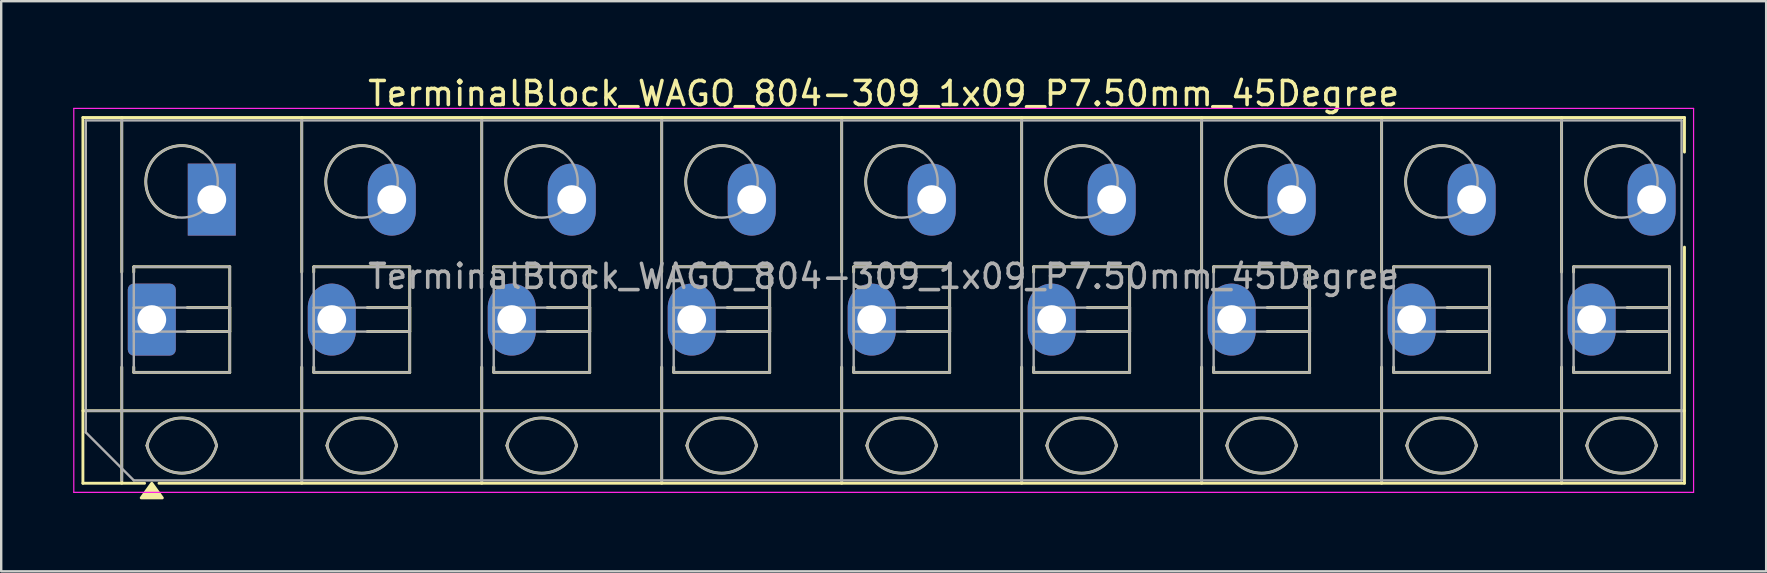
<source format=kicad_pcb>
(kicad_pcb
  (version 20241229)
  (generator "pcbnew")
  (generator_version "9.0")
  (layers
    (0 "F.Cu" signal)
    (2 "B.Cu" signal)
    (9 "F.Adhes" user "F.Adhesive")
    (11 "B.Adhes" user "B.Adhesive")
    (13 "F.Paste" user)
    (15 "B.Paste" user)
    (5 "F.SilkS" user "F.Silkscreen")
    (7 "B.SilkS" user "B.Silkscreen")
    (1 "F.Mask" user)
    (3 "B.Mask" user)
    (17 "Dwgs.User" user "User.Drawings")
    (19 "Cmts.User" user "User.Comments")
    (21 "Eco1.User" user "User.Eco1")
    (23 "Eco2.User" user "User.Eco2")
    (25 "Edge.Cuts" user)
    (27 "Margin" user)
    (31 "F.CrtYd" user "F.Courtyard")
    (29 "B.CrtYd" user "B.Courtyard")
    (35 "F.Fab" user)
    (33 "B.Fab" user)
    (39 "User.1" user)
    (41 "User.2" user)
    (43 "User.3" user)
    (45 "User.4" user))
  (footprint "TerminalBlock_WAGO_804-309_1x09_P7.50mm_45Degree"
    (layer "F.Cu")
    (at 3.275 10.268)
    (property "Reference" "TerminalBlock_WAGO_804-309_1x09_P7.50mm_45Degree" (at 30.5 -9.42 0) (layer "F.SilkS") (effects (font (size 1 1) (thickness 0.15))))
    (attr through_hole)
    (fp_line (start -2.87 -8.42) (end 63.87 -8.42) (stroke (width 0.12) (type solid)) (layer "F.SilkS"))
    (fp_line (start -2.87 3.8) (end 63.87 3.8) (stroke (width 0.12) (type solid)) (layer "F.SilkS"))
    (fp_line (start -2.87 6.82) (end -2.87 -8.42) (stroke (width 0.12) (type solid)) (layer "F.SilkS"))
    (fp_line (start -1.25 -8.42) (end -1.25 -1.98) (stroke (width 0.12) (type solid)) (layer "F.SilkS"))
    (fp_line (start -1.25 1.98) (end -1.25 6.82) (stroke (width 0.12) (type solid)) (layer "F.SilkS"))
    (fp_line (start -0.75 -2.2) (end 3.25 -2.2) (stroke (width 0.12) (type solid)) (layer "F.SilkS"))
    (fp_line (start -0.75 -1.98) (end -0.75 -2.2) (stroke (width 0.12) (type solid)) (layer "F.SilkS"))
    (fp_line (start -0.75 2.2) (end -0.75 1.98) (stroke (width 0.12) (type solid)) (layer "F.SilkS"))
    (fp_line (start -0.3 6.82) (end -2.87 6.82) (stroke (width 0.12) (type solid)) (layer "F.SilkS"))
    (fp_line (start 1.48 -0.5) (end 3.25 -0.5) (stroke (width 0.12) (type solid)) (layer "F.SilkS"))
    (fp_line (start 3.25 -2.2) (end 3.25 2.2) (stroke (width 0.12) (type solid)) (layer "F.SilkS"))
    (fp_line (start 3.25 -0.5) (end 3.25 0.5) (stroke (width 0.12) (type solid)) (layer "F.SilkS"))
    (fp_line (start 3.25 0.5) (end 1.48 0.5) (stroke (width 0.12) (type solid)) (layer "F.SilkS"))
    (fp_line (start 3.25 2.2) (end -0.75 2.2) (stroke (width 0.12) (type solid)) (layer "F.SilkS"))
    (fp_line (start 6.25 -8.42) (end 6.25 -1.98) (stroke (width 0.12) (type solid)) (layer "F.SilkS"))
    (fp_line (start 6.25 1.98) (end 6.25 6.82) (stroke (width 0.12) (type solid)) (layer "F.SilkS"))
    (fp_line (start 6.75 -2.2) (end 10.75 -2.2) (stroke (width 0.12) (type solid)) (layer "F.SilkS"))
    (fp_line (start 6.75 -1.98) (end 6.75 -2.2) (stroke (width 0.12) (type solid)) (layer "F.SilkS"))
    (fp_line (start 6.75 2.2) (end 6.75 1.98) (stroke (width 0.12) (type solid)) (layer "F.SilkS"))
    (fp_line (start 8.98 -0.5) (end 10.75 -0.5) (stroke (width 0.12) (type solid)) (layer "F.SilkS"))
    (fp_line (start 10.75 -2.2) (end 10.75 2.2) (stroke (width 0.12) (type solid)) (layer "F.SilkS"))
    (fp_line (start 10.75 -0.5) (end 10.75 0.5) (stroke (width 0.12) (type solid)) (layer "F.SilkS"))
    (fp_line (start 10.75 0.5) (end 8.98 0.5) (stroke (width 0.12) (type solid)) (layer "F.SilkS"))
    (fp_line (start 10.75 2.2) (end 6.75 2.2) (stroke (width 0.12) (type solid)) (layer "F.SilkS"))
    (fp_line (start 13.75 -8.42) (end 13.75 -1.98) (stroke (width 0.12) (type solid)) (layer "F.SilkS"))
    (fp_line (start 13.75 1.98) (end 13.75 6.82) (stroke (width 0.12) (type solid)) (layer "F.SilkS"))
    (fp_line (start 14.25 -2.2) (end 18.25 -2.2) (stroke (width 0.12) (type solid)) (layer "F.SilkS"))
    (fp_line (start 14.25 -1.98) (end 14.25 -2.2) (stroke (width 0.12) (type solid)) (layer "F.SilkS"))
    (fp_line (start 14.25 2.2) (end 14.25 1.98) (stroke (width 0.12) (type solid)) (layer "F.SilkS"))
    (fp_line (start 16.48 -0.5) (end 18.25 -0.5) (stroke (width 0.12) (type solid)) (layer "F.SilkS"))
    (fp_line (start 18.25 -2.2) (end 18.25 2.2) (stroke (width 0.12) (type solid)) (layer "F.SilkS"))
    (fp_line (start 18.25 -0.5) (end 18.25 0.5) (stroke (width 0.12) (type solid)) (layer "F.SilkS"))
    (fp_line (start 18.25 0.5) (end 16.48 0.5) (stroke (width 0.12) (type solid)) (layer "F.SilkS"))
    (fp_line (start 18.25 2.2) (end 14.25 2.2) (stroke (width 0.12) (type solid)) (layer "F.SilkS"))
    (fp_line (start 21.25 -8.42) (end 21.25 -1.98) (stroke (width 0.12) (type solid)) (layer "F.SilkS"))
    (fp_line (start 21.25 1.98) (end 21.25 6.82) (stroke (width 0.12) (type solid)) (layer "F.SilkS"))
    (fp_line (start 21.75 -2.2) (end 25.75 -2.2) (stroke (width 0.12) (type solid)) (layer "F.SilkS"))
    (fp_line (start 21.75 -1.98) (end 21.75 -2.2) (stroke (width 0.12) (type solid)) (layer "F.SilkS"))
    (fp_line (start 21.75 2.2) (end 21.75 1.98) (stroke (width 0.12) (type solid)) (layer "F.SilkS"))
    (fp_line (start 23.98 -0.5) (end 25.75 -0.5) (stroke (width 0.12) (type solid)) (layer "F.SilkS"))
    (fp_line (start 25.75 -2.2) (end 25.75 2.2) (stroke (width 0.12) (type solid)) (layer "F.SilkS"))
    (fp_line (start 25.75 -0.5) (end 25.75 0.5) (stroke (width 0.12) (type solid)) (layer "F.SilkS"))
    (fp_line (start 25.75 0.5) (end 23.98 0.5) (stroke (width 0.12) (type solid)) (layer "F.SilkS"))
    (fp_line (start 25.75 2.2) (end 21.75 2.2) (stroke (width 0.12) (type solid)) (layer "F.SilkS"))
    (fp_line (start 28.75 -8.42) (end 28.75 -1.98) (stroke (width 0.12) (type solid)) (layer "F.SilkS"))
    (fp_line (start 28.75 1.98) (end 28.75 6.82) (stroke (width 0.12) (type solid)) (layer "F.SilkS"))
    (fp_line (start 29.25 -2.2) (end 33.25 -2.2) (stroke (width 0.12) (type solid)) (layer "F.SilkS"))
    (fp_line (start 29.25 -1.98) (end 29.25 -2.2) (stroke (width 0.12) (type solid)) (layer "F.SilkS"))
    (fp_line (start 29.25 2.2) (end 29.25 1.98) (stroke (width 0.12) (type solid)) (layer "F.SilkS"))
    (fp_line (start 31.48 -0.5) (end 33.25 -0.5) (stroke (width 0.12) (type solid)) (layer "F.SilkS"))
    (fp_line (start 33.25 -2.2) (end 33.25 2.2) (stroke (width 0.12) (type solid)) (layer "F.SilkS"))
    (fp_line (start 33.25 -0.5) (end 33.25 0.5) (stroke (width 0.12) (type solid)) (layer "F.SilkS"))
    (fp_line (start 33.25 0.5) (end 31.48 0.5) (stroke (width 0.12) (type solid)) (layer "F.SilkS"))
    (fp_line (start 33.25 2.2) (end 29.25 2.2) (stroke (width 0.12) (type solid)) (layer "F.SilkS"))
    (fp_line (start 36.25 -8.42) (end 36.25 -1.98) (stroke (width 0.12) (type solid)) (layer "F.SilkS"))
    (fp_line (start 36.25 1.98) (end 36.25 6.82) (stroke (width 0.12) (type solid)) (layer "F.SilkS"))
    (fp_line (start 36.75 -2.2) (end 40.75 -2.2) (stroke (width 0.12) (type solid)) (layer "F.SilkS"))
    (fp_line (start 36.75 -1.98) (end 36.75 -2.2) (stroke (width 0.12) (type solid)) (layer "F.SilkS"))
    (fp_line (start 36.75 2.2) (end 36.75 1.98) (stroke (width 0.12) (type solid)) (layer "F.SilkS"))
    (fp_line (start 38.98 -0.5) (end 40.75 -0.5) (stroke (width 0.12) (type solid)) (layer "F.SilkS"))
    (fp_line (start 40.75 -2.2) (end 40.75 2.2) (stroke (width 0.12) (type solid)) (layer "F.SilkS"))
    (fp_line (start 40.75 -0.5) (end 40.75 0.5) (stroke (width 0.12) (type solid)) (layer "F.SilkS"))
    (fp_line (start 40.75 0.5) (end 38.98 0.5) (stroke (width 0.12) (type solid)) (layer "F.SilkS"))
    (fp_line (start 40.75 2.2) (end 36.75 2.2) (stroke (width 0.12) (type solid)) (layer "F.SilkS"))
    (fp_line (start 43.75 -8.42) (end 43.75 -1.98) (stroke (width 0.12) (type solid)) (layer "F.SilkS"))
    (fp_line (start 43.75 1.98) (end 43.75 6.82) (stroke (width 0.12) (type solid)) (layer "F.SilkS"))
    (fp_line (start 44.25 -2.2) (end 48.25 -2.2) (stroke (width 0.12) (type solid)) (layer "F.SilkS"))
    (fp_line (start 44.25 -1.98) (end 44.25 -2.2) (stroke (width 0.12) (type solid)) (layer "F.SilkS"))
    (fp_line (start 44.25 2.2) (end 44.25 1.98) (stroke (width 0.12) (type solid)) (layer "F.SilkS"))
    (fp_line (start 46.48 -0.5) (end 48.25 -0.5) (stroke (width 0.12) (type solid)) (layer "F.SilkS"))
    (fp_line (start 48.25 -2.2) (end 48.25 2.2) (stroke (width 0.12) (type solid)) (layer "F.SilkS"))
    (fp_line (start 48.25 -0.5) (end 48.25 0.5) (stroke (width 0.12) (type solid)) (layer "F.SilkS"))
    (fp_line (start 48.25 0.5) (end 46.48 0.5) (stroke (width 0.12) (type solid)) (layer "F.SilkS"))
    (fp_line (start 48.25 2.2) (end 44.25 2.2) (stroke (width 0.12) (type solid)) (layer "F.SilkS"))
    (fp_line (start 51.25 -8.42) (end 51.25 -1.98) (stroke (width 0.12) (type solid)) (layer "F.SilkS"))
    (fp_line (start 51.25 1.98) (end 51.25 6.82) (stroke (width 0.12) (type solid)) (layer "F.SilkS"))
    (fp_line (start 51.75 -2.2) (end 55.75 -2.2) (stroke (width 0.12) (type solid)) (layer "F.SilkS"))
    (fp_line (start 51.75 -1.98) (end 51.75 -2.2) (stroke (width 0.12) (type solid)) (layer "F.SilkS"))
    (fp_line (start 51.75 2.2) (end 51.75 1.98) (stroke (width 0.12) (type solid)) (layer "F.SilkS"))
    (fp_line (start 53.98 -0.5) (end 55.75 -0.5) (stroke (width 0.12) (type solid)) (layer "F.SilkS"))
    (fp_line (start 55.75 -2.2) (end 55.75 2.2) (stroke (width 0.12) (type solid)) (layer "F.SilkS"))
    (fp_line (start 55.75 -0.5) (end 55.75 0.5) (stroke (width 0.12) (type solid)) (layer "F.SilkS"))
    (fp_line (start 55.75 0.5) (end 53.98 0.5) (stroke (width 0.12) (type solid)) (layer "F.SilkS"))
    (fp_line (start 55.75 2.2) (end 51.75 2.2) (stroke (width 0.12) (type solid)) (layer "F.SilkS"))
    (fp_line (start 58.75 -8.42) (end 58.75 -1.98) (stroke (width 0.12) (type solid)) (layer "F.SilkS"))
    (fp_line (start 58.75 1.98) (end 58.75 6.82) (stroke (width 0.12) (type solid)) (layer "F.SilkS"))
    (fp_line (start 59.25 -2.2) (end 63.25 -2.2) (stroke (width 0.12) (type solid)) (layer "F.SilkS"))
    (fp_line (start 59.25 -1.98) (end 59.25 -2.2) (stroke (width 0.12) (type solid)) (layer "F.SilkS"))
    (fp_line (start 59.25 2.2) (end 59.25 1.98) (stroke (width 0.12) (type solid)) (layer "F.SilkS"))
    (fp_line (start 61.48 -0.5) (end 63.25 -0.5) (stroke (width 0.12) (type solid)) (layer "F.SilkS"))
    (fp_line (start 63.25 -2.2) (end 63.25 2.2) (stroke (width 0.12) (type solid)) (layer "F.SilkS"))
    (fp_line (start 63.25 -0.5) (end 63.25 0.5) (stroke (width 0.12) (type solid)) (layer "F.SilkS"))
    (fp_line (start 63.25 0.5) (end 61.48 0.5) (stroke (width 0.12) (type solid)) (layer "F.SilkS"))
    (fp_line (start 63.25 2.2) (end 59.25 2.2) (stroke (width 0.12) (type solid)) (layer "F.SilkS"))
    (fp_line (start 63.87 -8.42) (end 63.87 -6.98) (stroke (width 0.12) (type solid)) (layer "F.SilkS"))
    (fp_line (start 63.87 -3.02) (end 63.87 6.82) (stroke (width 0.12) (type solid)) (layer "F.SilkS"))
    (fp_line (start 63.87 6.82) (end 0.3 6.82) (stroke (width 0.12) (type solid)) (layer "F.SilkS"))
    (fp_arc (start -0.2 5.25) (mid 1.25 4.1) (end 2.7 5.25) (stroke (width 0.12) (type solid)) (layer "F.SilkS"))
    (fp_arc (start 1.02 -4.268) (mid -0.141916 -6.309209) (end 2.109 -6.98) (stroke (width 0.12) (type solid)) (layer "F.SilkS"))
    (fp_arc (start 2.7 5.25) (mid 1.25 6.4) (end -0.2 5.25) (stroke (width 0.12) (type solid)) (layer "F.SilkS"))
    (fp_arc (start 7.3 5.25) (mid 8.75 4.1) (end 10.2 5.25) (stroke (width 0.12) (type solid)) (layer "F.SilkS"))
    (fp_arc (start 8.52 -4.268) (mid 7.358084 -6.309209) (end 9.609 -6.98) (stroke (width 0.12) (type solid)) (layer "F.SilkS"))
    (fp_arc (start 10.2 5.25) (mid 8.75 6.4) (end 7.3 5.25) (stroke (width 0.12) (type solid)) (layer "F.SilkS"))
    (fp_arc (start 14.8 5.25) (mid 16.25 4.1) (end 17.7 5.25) (stroke (width 0.12) (type solid)) (layer "F.SilkS"))
    (fp_arc (start 16.02 -4.268) (mid 14.858084 -6.309209) (end 17.109 -6.98) (stroke (width 0.12) (type solid)) (layer "F.SilkS"))
    (fp_arc (start 17.7 5.25) (mid 16.25 6.4) (end 14.8 5.25) (stroke (width 0.12) (type solid)) (layer "F.SilkS"))
    (fp_arc (start 22.3 5.25) (mid 23.75 4.1) (end 25.2 5.25) (stroke (width 0.12) (type solid)) (layer "F.SilkS"))
    (fp_arc (start 23.52 -4.268) (mid 22.358084 -6.309209) (end 24.609 -6.98) (stroke (width 0.12) (type solid)) (layer "F.SilkS"))
    (fp_arc (start 25.2 5.25) (mid 23.75 6.4) (end 22.3 5.25) (stroke (width 0.12) (type solid)) (layer "F.SilkS"))
    (fp_arc (start 29.8 5.25) (mid 31.25 4.1) (end 32.7 5.25) (stroke (width 0.12) (type solid)) (layer "F.SilkS"))
    (fp_arc (start 31.02 -4.268) (mid 29.858084 -6.309209) (end 32.109 -6.98) (stroke (width 0.12) (type solid)) (layer "F.SilkS"))
    (fp_arc (start 32.7 5.25) (mid 31.25 6.4) (end 29.8 5.25) (stroke (width 0.12) (type solid)) (layer "F.SilkS"))
    (fp_arc (start 37.3 5.25) (mid 38.75 4.1) (end 40.2 5.25) (stroke (width 0.12) (type solid)) (layer "F.SilkS"))
    (fp_arc (start 38.52 -4.268) (mid 37.358084 -6.309209) (end 39.609 -6.98) (stroke (width 0.12) (type solid)) (layer "F.SilkS"))
    (fp_arc (start 40.2 5.25) (mid 38.75 6.4) (end 37.3 5.25) (stroke (width 0.12) (type solid)) (layer "F.SilkS"))
    (fp_arc (start 44.8 5.25) (mid 46.25 4.1) (end 47.7 5.25) (stroke (width 0.12) (type solid)) (layer "F.SilkS"))
    (fp_arc (start 46.02 -4.268) (mid 44.858084 -6.309209) (end 47.109 -6.98) (stroke (width 0.12) (type solid)) (layer "F.SilkS"))
    (fp_arc (start 47.7 5.25) (mid 46.25 6.4) (end 44.8 5.25) (stroke (width 0.12) (type solid)) (layer "F.SilkS"))
    (fp_arc (start 52.3 5.25) (mid 53.75 4.1) (end 55.2 5.25) (stroke (width 0.12) (type solid)) (layer "F.SilkS"))
    (fp_arc (start 53.52 -4.268) (mid 52.358084 -6.309209) (end 54.609 -6.98) (stroke (width 0.12) (type solid)) (layer "F.SilkS"))
    (fp_arc (start 55.2 5.25) (mid 53.75 6.4) (end 52.3 5.25) (stroke (width 0.12) (type solid)) (layer "F.SilkS"))
    (fp_arc (start 59.8 5.25) (mid 61.25 4.1) (end 62.7 5.25) (stroke (width 0.12) (type solid)) (layer "F.SilkS"))
    (fp_arc (start 61.02 -4.268) (mid 59.858084 -6.309209) (end 62.109 -6.98) (stroke (width 0.12) (type solid)) (layer "F.SilkS"))
    (fp_arc (start 62.7 5.25) (mid 61.25 6.4) (end 59.8 5.25) (stroke (width 0.12) (type solid)) (layer "F.SilkS"))
    (fp_poly (pts (xy 0 6.82) (xy 0.44 7.43) (xy -0.44 7.43)) (stroke (width 0.12) (type solid)) (fill yes) (layer "F.SilkS"))
    (fp_line (start -3.25 -8.8) (end -3.25 7.2) (stroke (width 0.05) (type solid)) (layer "F.CrtYd"))
    (fp_line (start -3.25 7.2) (end 64.25 7.2) (stroke (width 0.05) (type solid)) (layer "F.CrtYd"))
    (fp_line (start 64.25 -8.8) (end -3.25 -8.8) (stroke (width 0.05) (type solid)) (layer "F.CrtYd"))
    (fp_line (start 64.25 7.2) (end 64.25 -8.8) (stroke (width 0.05) (type solid)) (layer "F.CrtYd"))
    (fp_line (start -2.75 -8.3) (end 63.75 -8.3) (stroke (width 0.1) (type solid)) (layer "F.Fab"))
    (fp_line (start -2.75 3.8) (end 63.75 3.8) (stroke (width 0.1) (type solid)) (layer "F.Fab"))
    (fp_line (start -2.75 4.7) (end -2.75 -8.3) (stroke (width 0.1) (type solid)) (layer "F.Fab"))
    (fp_line (start -1.25 -8.3) (end -1.25 6.7) (stroke (width 0.1) (type solid)) (layer "F.Fab"))
    (fp_line (start -0.75 -2.2) (end -0.75 2.2) (stroke (width 0.1) (type solid)) (layer "F.Fab"))
    (fp_line (start -0.75 -0.5) (end -0.75 0.5) (stroke (width 0.1) (type solid)) (layer "F.Fab"))
    (fp_line (start -0.75 0.5) (end 3.25 0.5) (stroke (width 0.1) (type solid)) (layer "F.Fab"))
    (fp_line (start -0.75 2.2) (end 3.25 2.2) (stroke (width 0.1) (type solid)) (layer "F.Fab"))
    (fp_line (start -0.75 6.7) (end -2.75 4.7) (stroke (width 0.1) (type solid)) (layer "F.Fab"))
    (fp_line (start 3.25 -2.2) (end -0.75 -2.2) (stroke (width 0.1) (type solid)) (layer "F.Fab"))
    (fp_line (start 3.25 -0.5) (end -0.75 -0.5) (stroke (width 0.1) (type solid)) (layer "F.Fab"))
    (fp_line (start 3.25 0.5) (end 3.25 -0.5) (stroke (width 0.1) (type solid)) (layer "F.Fab"))
    (fp_line (start 3.25 2.2) (end 3.25 -2.2) (stroke (width 0.1) (type solid)) (layer "F.Fab"))
    (fp_line (start 6.25 -8.3) (end 6.25 6.7) (stroke (width 0.1) (type solid)) (layer "F.Fab"))
    (fp_line (start 6.75 -2.2) (end 6.75 2.2) (stroke (width 0.1) (type solid)) (layer "F.Fab"))
    (fp_line (start 6.75 -0.5) (end 6.75 0.5) (stroke (width 0.1) (type solid)) (layer "F.Fab"))
    (fp_line (start 6.75 0.5) (end 10.75 0.5) (stroke (width 0.1) (type solid)) (layer "F.Fab"))
    (fp_line (start 6.75 2.2) (end 10.75 2.2) (stroke (width 0.1) (type solid)) (layer "F.Fab"))
    (fp_line (start 10.75 -2.2) (end 6.75 -2.2) (stroke (width 0.1) (type solid)) (layer "F.Fab"))
    (fp_line (start 10.75 -0.5) (end 6.75 -0.5) (stroke (width 0.1) (type solid)) (layer "F.Fab"))
    (fp_line (start 10.75 0.5) (end 10.75 -0.5) (stroke (width 0.1) (type solid)) (layer "F.Fab"))
    (fp_line (start 10.75 2.2) (end 10.75 -2.2) (stroke (width 0.1) (type solid)) (layer "F.Fab"))
    (fp_line (start 13.75 -8.3) (end 13.75 6.7) (stroke (width 0.1) (type solid)) (layer "F.Fab"))
    (fp_line (start 14.25 -2.2) (end 14.25 2.2) (stroke (width 0.1) (type solid)) (layer "F.Fab"))
    (fp_line (start 14.25 -0.5) (end 14.25 0.5) (stroke (width 0.1) (type solid)) (layer "F.Fab"))
    (fp_line (start 14.25 0.5) (end 18.25 0.5) (stroke (width 0.1) (type solid)) (layer "F.Fab"))
    (fp_line (start 14.25 2.2) (end 18.25 2.2) (stroke (width 0.1) (type solid)) (layer "F.Fab"))
    (fp_line (start 18.25 -2.2) (end 14.25 -2.2) (stroke (width 0.1) (type solid)) (layer "F.Fab"))
    (fp_line (start 18.25 -0.5) (end 14.25 -0.5) (stroke (width 0.1) (type solid)) (layer "F.Fab"))
    (fp_line (start 18.25 0.5) (end 18.25 -0.5) (stroke (width 0.1) (type solid)) (layer "F.Fab"))
    (fp_line (start 18.25 2.2) (end 18.25 -2.2) (stroke (width 0.1) (type solid)) (layer "F.Fab"))
    (fp_line (start 21.25 -8.3) (end 21.25 6.7) (stroke (width 0.1) (type solid)) (layer "F.Fab"))
    (fp_line (start 21.75 -2.2) (end 21.75 2.2) (stroke (width 0.1) (type solid)) (layer "F.Fab"))
    (fp_line (start 21.75 -0.5) (end 21.75 0.5) (stroke (width 0.1) (type solid)) (layer "F.Fab"))
    (fp_line (start 21.75 0.5) (end 25.75 0.5) (stroke (width 0.1) (type solid)) (layer "F.Fab"))
    (fp_line (start 21.75 2.2) (end 25.75 2.2) (stroke (width 0.1) (type solid)) (layer "F.Fab"))
    (fp_line (start 25.75 -2.2) (end 21.75 -2.2) (stroke (width 0.1) (type solid)) (layer "F.Fab"))
    (fp_line (start 25.75 -0.5) (end 21.75 -0.5) (stroke (width 0.1) (type solid)) (layer "F.Fab"))
    (fp_line (start 25.75 0.5) (end 25.75 -0.5) (stroke (width 0.1) (type solid)) (layer "F.Fab"))
    (fp_line (start 25.75 2.2) (end 25.75 -2.2) (stroke (width 0.1) (type solid)) (layer "F.Fab"))
    (fp_line (start 28.75 -8.3) (end 28.75 6.7) (stroke (width 0.1) (type solid)) (layer "F.Fab"))
    (fp_line (start 29.25 -2.2) (end 29.25 2.2) (stroke (width 0.1) (type solid)) (layer "F.Fab"))
    (fp_line (start 29.25 -0.5) (end 29.25 0.5) (stroke (width 0.1) (type solid)) (layer "F.Fab"))
    (fp_line (start 29.25 0.5) (end 33.25 0.5) (stroke (width 0.1) (type solid)) (layer "F.Fab"))
    (fp_line (start 29.25 2.2) (end 33.25 2.2) (stroke (width 0.1) (type solid)) (layer "F.Fab"))
    (fp_line (start 33.25 -2.2) (end 29.25 -2.2) (stroke (width 0.1) (type solid)) (layer "F.Fab"))
    (fp_line (start 33.25 -0.5) (end 29.25 -0.5) (stroke (width 0.1) (type solid)) (layer "F.Fab"))
    (fp_line (start 33.25 0.5) (end 33.25 -0.5) (stroke (width 0.1) (type solid)) (layer "F.Fab"))
    (fp_line (start 33.25 2.2) (end 33.25 -2.2) (stroke (width 0.1) (type solid)) (layer "F.Fab"))
    (fp_line (start 36.25 -8.3) (end 36.25 6.7) (stroke (width 0.1) (type solid)) (layer "F.Fab"))
    (fp_line (start 36.75 -2.2) (end 36.75 2.2) (stroke (width 0.1) (type solid)) (layer "F.Fab"))
    (fp_line (start 36.75 -0.5) (end 36.75 0.5) (stroke (width 0.1) (type solid)) (layer "F.Fab"))
    (fp_line (start 36.75 0.5) (end 40.75 0.5) (stroke (width 0.1) (type solid)) (layer "F.Fab"))
    (fp_line (start 36.75 2.2) (end 40.75 2.2) (stroke (width 0.1) (type solid)) (layer "F.Fab"))
    (fp_line (start 40.75 -2.2) (end 36.75 -2.2) (stroke (width 0.1) (type solid)) (layer "F.Fab"))
    (fp_line (start 40.75 -0.5) (end 36.75 -0.5) (stroke (width 0.1) (type solid)) (layer "F.Fab"))
    (fp_line (start 40.75 0.5) (end 40.75 -0.5) (stroke (width 0.1) (type solid)) (layer "F.Fab"))
    (fp_line (start 40.75 2.2) (end 40.75 -2.2) (stroke (width 0.1) (type solid)) (layer "F.Fab"))
    (fp_line (start 43.75 -8.3) (end 43.75 6.7) (stroke (width 0.1) (type solid)) (layer "F.Fab"))
    (fp_line (start 44.25 -2.2) (end 44.25 2.2) (stroke (width 0.1) (type solid)) (layer "F.Fab"))
    (fp_line (start 44.25 -0.5) (end 44.25 0.5) (stroke (width 0.1) (type solid)) (layer "F.Fab"))
    (fp_line (start 44.25 0.5) (end 48.25 0.5) (stroke (width 0.1) (type solid)) (layer "F.Fab"))
    (fp_line (start 44.25 2.2) (end 48.25 2.2) (stroke (width 0.1) (type solid)) (layer "F.Fab"))
    (fp_line (start 48.25 -2.2) (end 44.25 -2.2) (stroke (width 0.1) (type solid)) (layer "F.Fab"))
    (fp_line (start 48.25 -0.5) (end 44.25 -0.5) (stroke (width 0.1) (type solid)) (layer "F.Fab"))
    (fp_line (start 48.25 0.5) (end 48.25 -0.5) (stroke (width 0.1) (type solid)) (layer "F.Fab"))
    (fp_line (start 48.25 2.2) (end 48.25 -2.2) (stroke (width 0.1) (type solid)) (layer "F.Fab"))
    (fp_line (start 51.25 -8.3) (end 51.25 6.7) (stroke (width 0.1) (type solid)) (layer "F.Fab"))
    (fp_line (start 51.75 -2.2) (end 51.75 2.2) (stroke (width 0.1) (type solid)) (layer "F.Fab"))
    (fp_line (start 51.75 -0.5) (end 51.75 0.5) (stroke (width 0.1) (type solid)) (layer "F.Fab"))
    (fp_line (start 51.75 0.5) (end 55.75 0.5) (stroke (width 0.1) (type solid)) (layer "F.Fab"))
    (fp_line (start 51.75 2.2) (end 55.75 2.2) (stroke (width 0.1) (type solid)) (layer "F.Fab"))
    (fp_line (start 55.75 -2.2) (end 51.75 -2.2) (stroke (width 0.1) (type solid)) (layer "F.Fab"))
    (fp_line (start 55.75 -0.5) (end 51.75 -0.5) (stroke (width 0.1) (type solid)) (layer "F.Fab"))
    (fp_line (start 55.75 0.5) (end 55.75 -0.5) (stroke (width 0.1) (type solid)) (layer "F.Fab"))
    (fp_line (start 55.75 2.2) (end 55.75 -2.2) (stroke (width 0.1) (type solid)) (layer "F.Fab"))
    (fp_line (start 58.75 -8.3) (end 58.75 6.7) (stroke (width 0.1) (type solid)) (layer "F.Fab"))
    (fp_line (start 59.25 -2.2) (end 59.25 2.2) (stroke (width 0.1) (type solid)) (layer "F.Fab"))
    (fp_line (start 59.25 -0.5) (end 59.25 0.5) (stroke (width 0.1) (type solid)) (layer "F.Fab"))
    (fp_line (start 59.25 0.5) (end 63.25 0.5) (stroke (width 0.1) (type solid)) (layer "F.Fab"))
    (fp_line (start 59.25 2.2) (end 63.25 2.2) (stroke (width 0.1) (type solid)) (layer "F.Fab"))
    (fp_line (start 63.25 -2.2) (end 59.25 -2.2) (stroke (width 0.1) (type solid)) (layer "F.Fab"))
    (fp_line (start 63.25 -0.5) (end 59.25 -0.5) (stroke (width 0.1) (type solid)) (layer "F.Fab"))
    (fp_line (start 63.25 0.5) (end 63.25 -0.5) (stroke (width 0.1) (type solid)) (layer "F.Fab"))
    (fp_line (start 63.25 2.2) (end 63.25 -2.2) (stroke (width 0.1) (type solid)) (layer "F.Fab"))
    (fp_line (start 63.75 -8.3) (end 63.75 6.7) (stroke (width 0.1) (type solid)) (layer "F.Fab"))
    (fp_line (start 63.75 6.7) (end -0.75 6.7) (stroke (width 0.1) (type solid)) (layer "F.Fab"))
    (fp_arc (start -0.2 5.25) (mid 1.25 4.1) (end 2.7 5.25) (stroke (width 0.1) (type solid)) (layer "F.Fab"))
    (fp_arc (start 2.7 5.25) (mid 1.25 6.4) (end -0.2 5.25) (stroke (width 0.1) (type solid)) (layer "F.Fab"))
    (fp_arc (start 7.3 5.25) (mid 8.75 4.1) (end 10.2 5.25) (stroke (width 0.1) (type solid)) (layer "F.Fab"))
    (fp_arc (start 10.2 5.25) (mid 8.75 6.4) (end 7.3 5.25) (stroke (width 0.1) (type solid)) (layer "F.Fab"))
    (fp_arc (start 14.8 5.25) (mid 16.25 4.1) (end 17.7 5.25) (stroke (width 0.1) (type solid)) (layer "F.Fab"))
    (fp_arc (start 17.7 5.25) (mid 16.25 6.4) (end 14.8 5.25) (stroke (width 0.1) (type solid)) (layer "F.Fab"))
    (fp_arc (start 22.3 5.25) (mid 23.75 4.1) (end 25.2 5.25) (stroke (width 0.1) (type solid)) (layer "F.Fab"))
    (fp_arc (start 25.2 5.25) (mid 23.75 6.4) (end 22.3 5.25) (stroke (width 0.1) (type solid)) (layer "F.Fab"))
    (fp_arc (start 29.8 5.25) (mid 31.25 4.1) (end 32.7 5.25) (stroke (width 0.1) (type solid)) (layer "F.Fab"))
    (fp_arc (start 32.7 5.25) (mid 31.25 6.4) (end 29.8 5.25) (stroke (width 0.1) (type solid)) (layer "F.Fab"))
    (fp_arc (start 37.3 5.25) (mid 38.75 4.1) (end 40.2 5.25) (stroke (width 0.1) (type solid)) (layer "F.Fab"))
    (fp_arc (start 40.2 5.25) (mid 38.75 6.4) (end 37.3 5.25) (stroke (width 0.1) (type solid)) (layer "F.Fab"))
    (fp_arc (start 44.8 5.25) (mid 46.25 4.1) (end 47.7 5.25) (stroke (width 0.1) (type solid)) (layer "F.Fab"))
    (fp_arc (start 47.7 5.25) (mid 46.25 6.4) (end 44.8 5.25) (stroke (width 0.1) (type solid)) (layer "F.Fab"))
    (fp_arc (start 52.3 5.25) (mid 53.75 4.1) (end 55.2 5.25) (stroke (width 0.1) (type solid)) (layer "F.Fab"))
    (fp_arc (start 55.2 5.25) (mid 53.75 6.4) (end 52.3 5.25) (stroke (width 0.1) (type solid)) (layer "F.Fab"))
    (fp_arc (start 59.8 5.25) (mid 61.25 4.1) (end 62.7 5.25) (stroke (width 0.1) (type solid)) (layer "F.Fab"))
    (fp_arc (start 62.7 5.25) (mid 61.25 6.4) (end 59.8 5.25) (stroke (width 0.1) (type solid)) (layer "F.Fab"))
    (fp_circle (center 1.25 -5.75) (end 2.75 -5.75) (stroke (width 0.1) (type solid)) (fill no) (layer "F.Fab"))
    (fp_circle (center 8.75 -5.75) (end 10.25 -5.75) (stroke (width 0.1) (type solid)) (fill no) (layer "F.Fab"))
    (fp_circle (center 16.25 -5.75) (end 17.75 -5.75) (stroke (width 0.1) (type solid)) (fill no) (layer "F.Fab"))
    (fp_circle (center 23.75 -5.75) (end 25.25 -5.75) (stroke (width 0.1) (type solid)) (fill no) (layer "F.Fab"))
    (fp_circle (center 31.25 -5.75) (end 32.75 -5.75) (stroke (width 0.1) (type solid)) (fill no) (layer "F.Fab"))
    (fp_circle (center 38.75 -5.75) (end 40.25 -5.75) (stroke (width 0.1) (type solid)) (fill no) (layer "F.Fab"))
    (fp_circle (center 46.25 -5.75) (end 47.75 -5.75) (stroke (width 0.1) (type solid)) (fill no) (layer "F.Fab"))
    (fp_circle (center 53.75 -5.75) (end 55.25 -5.75) (stroke (width 0.1) (type solid)) (fill no) (layer "F.Fab"))
    (fp_circle (center 61.25 -5.75) (end 62.75 -5.75) (stroke (width 0.1) (type solid)) (fill no) (layer "F.Fab"))
    (fp_text user "${REFERENCE}" (at 30.5 -1.8 0) (layer "F.Fab") (effects (font (size 1 1) (thickness 0.15))))
    (pad "1" thru_hole roundrect (at 0 0) (size 2 3) (drill 1.2) (layers "*.Cu" "*.Mask") (roundrect_rratio 0.125))
    (pad "1" thru_hole rect (at 2.5 -5) (size 2 3) (drill 1.2) (layers "*.Cu" "*.Mask"))
    (pad "2" thru_hole oval (at 7.5 0) (size 2 3) (drill 1.2) (layers "*.Cu" "*.Mask"))
    (pad "2" thru_hole oval (at 10 -5) (size 2 3) (drill 1.2) (layers "*.Cu" "*.Mask"))
    (pad "3" thru_hole oval (at 15 0) (size 2 3) (drill 1.2) (layers "*.Cu" "*.Mask"))
    (pad "3" thru_hole oval (at 17.5 -5) (size 2 3) (drill 1.2) (layers "*.Cu" "*.Mask"))
    (pad "4" thru_hole oval (at 22.5 0) (size 2 3) (drill 1.2) (layers "*.Cu" "*.Mask"))
    (pad "4" thru_hole oval (at 25 -5) (size 2 3) (drill 1.2) (layers "*.Cu" "*.Mask"))
    (pad "5" thru_hole oval (at 30 0) (size 2 3) (drill 1.2) (layers "*.Cu" "*.Mask"))
    (pad "5" thru_hole oval (at 32.5 -5) (size 2 3) (drill 1.2) (layers "*.Cu" "*.Mask"))
    (pad "6" thru_hole oval (at 37.5 0) (size 2 3) (drill 1.2) (layers "*.Cu" "*.Mask"))
    (pad "6" thru_hole oval (at 40 -5) (size 2 3) (drill 1.2) (layers "*.Cu" "*.Mask"))
    (pad "7" thru_hole oval (at 45 0) (size 2 3) (drill 1.2) (layers "*.Cu" "*.Mask"))
    (pad "7" thru_hole oval (at 47.5 -5) (size 2 3) (drill 1.2) (layers "*.Cu" "*.Mask"))
    (pad "8" thru_hole oval (at 52.5 0) (size 2 3) (drill 1.2) (layers "*.Cu" "*.Mask"))
    (pad "8" thru_hole oval (at 55 -5) (size 2 3) (drill 1.2) (layers "*.Cu" "*.Mask"))
    (pad "9" thru_hole oval (at 60 0) (size 2 3) (drill 1.2) (layers "*.Cu" "*.Mask"))
    (pad "9" thru_hole oval (at 62.5 -5) (size 2 3) (drill 1.2) (layers "*.Cu" "*.Mask")))
  (gr_rect
    (start -3 -3)
    (end 70.55 20.758)
    (stroke (width 0.1) (type default))
    (fill no)
    (layer "Edge.Cuts")))
</source>
